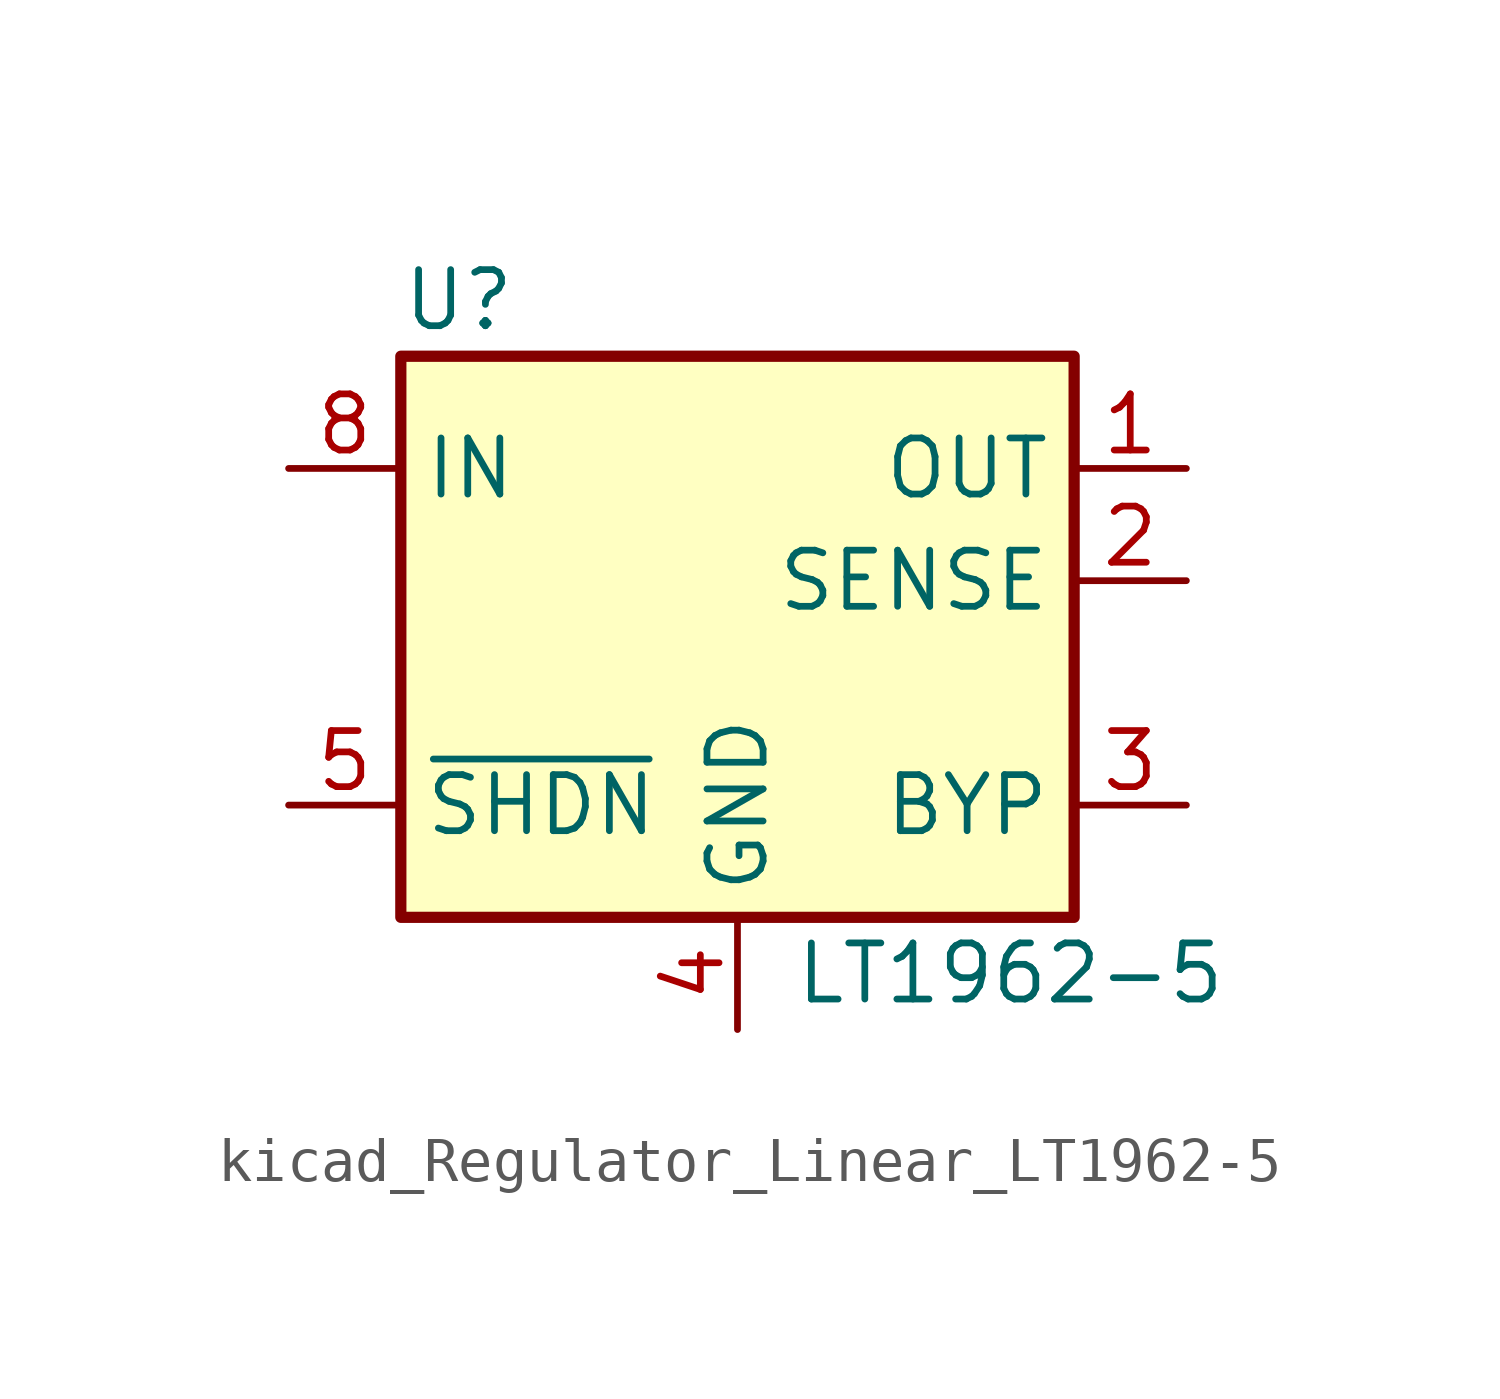
<source format=kicad_sym>
(kicad_symbol_lib
  (version 20220914)
  (generator kicad_symbol_editor)
  (symbol "kicad_Regulator_Linear_LT1962-5"
    (property "Reference" "U"
      (at -7.62 8.89 0)
      (effects (font (size 1.27 1.27)) (justify left)))
    (property "Value" "LT1962-5"
      (at 1.27 -6.35 0)
      (effects (font (size 1.27 1.27)) (justify left)))
    (symbol "kicad_Regulator_Linear_LT1962-5_0_1"
      (rectangle (start -7.62 7.62) (end 7.62 -5.08) (stroke (width 0.254) (type default)) (fill (type background))))
    (symbol "kicad_Regulator_Linear_LT1962-5_1_1"
      (pin power_out line (at 10.16 5.08 180) (length 2.54) (name "OUT" (effects (font (size 1.27 1.27)))) (number "1" (effects (font (size 1.27 1.27)))))
      (pin input line (at 10.16 2.54 180) (length 2.54) (name "SENSE" (effects (font (size 1.27 1.27)))) (number "2" (effects (font (size 1.27 1.27)))))
      (pin passive line (at 10.16 -2.54 180) (length 2.54) (name "BYP" (effects (font (size 1.27 1.27)))) (number "3" (effects (font (size 1.27 1.27)))))
      (pin power_in line (at 0 -7.62 90) (length 2.54) (name "GND" (effects (font (size 1.27 1.27)))) (number "4" (effects (font (size 1.27 1.27)))))
      (pin input line (at -10.16 -2.54 0) (length 2.54) (name "~{SHDN}" (effects (font (size 1.27 1.27)))) (number "5" (effects (font (size 1.27 1.27)))))
      (pin no_connect line (at 2.54 5.08 90) (length 2.54) hide (name "NC" (effects (font (size 1.27 1.27)))) (number "6" (effects (font (size 1.27 1.27)))))
      (pin no_connect line (at 2.54 2.54 90) (length 2.54) hide (name "NC" (effects (font (size 1.27 1.27)))) (number "7" (effects (font (size 1.27 1.27)))))
      (pin power_in line (at -10.16 5.08 0) (length 2.54) (name "IN" (effects (font (size 1.27 1.27)))) (number "8" (effects (font (size 1.27 1.27))))))))
</source>
